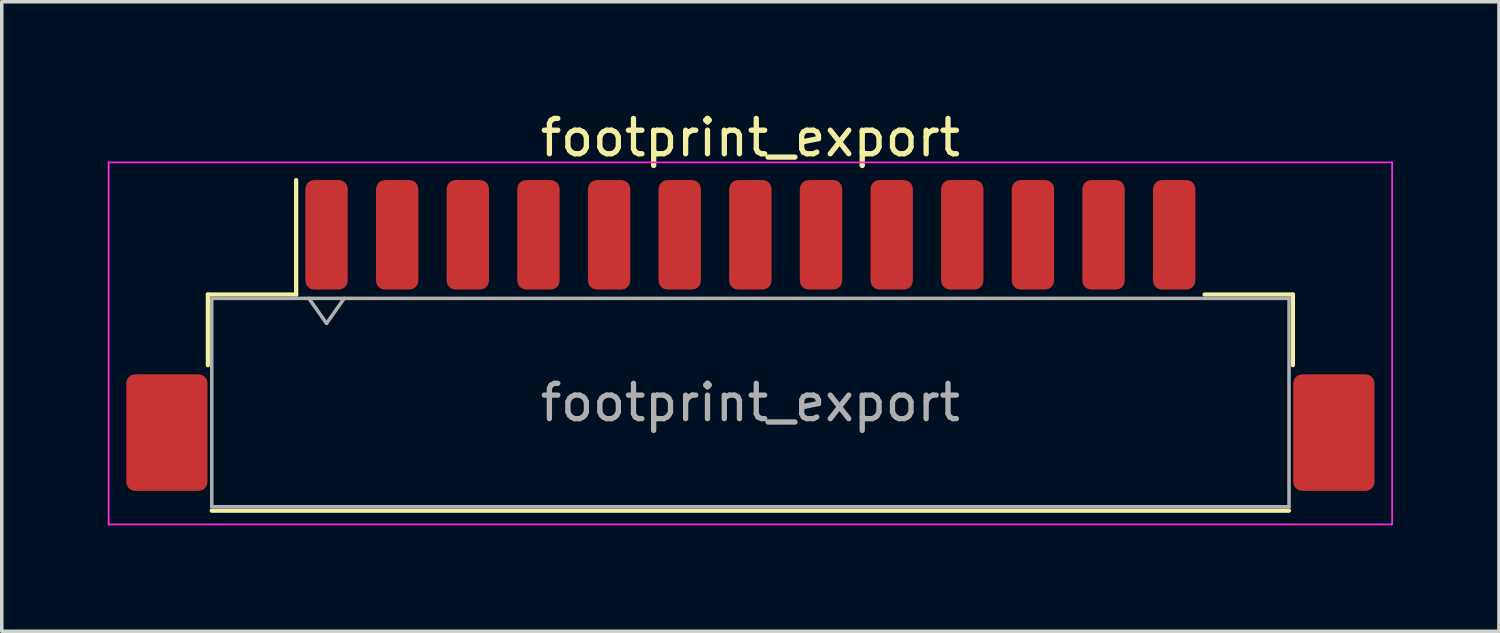
<source format=kicad_pcb>
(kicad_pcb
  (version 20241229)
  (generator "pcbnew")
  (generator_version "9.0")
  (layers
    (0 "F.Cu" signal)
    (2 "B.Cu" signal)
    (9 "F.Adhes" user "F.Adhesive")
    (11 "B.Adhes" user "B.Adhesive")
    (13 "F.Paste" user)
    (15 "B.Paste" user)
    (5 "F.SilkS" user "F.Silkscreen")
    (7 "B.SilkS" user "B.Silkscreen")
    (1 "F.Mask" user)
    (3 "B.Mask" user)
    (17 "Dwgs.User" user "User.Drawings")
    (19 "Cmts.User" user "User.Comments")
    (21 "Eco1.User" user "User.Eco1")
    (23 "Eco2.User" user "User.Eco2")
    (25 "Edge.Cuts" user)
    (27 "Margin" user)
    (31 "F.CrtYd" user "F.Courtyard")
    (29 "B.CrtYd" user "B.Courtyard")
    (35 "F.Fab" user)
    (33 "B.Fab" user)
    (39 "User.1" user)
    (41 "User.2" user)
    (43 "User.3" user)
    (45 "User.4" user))
  (footprint "footprint_export"
    (layer "F.Cu")
    (at 18.195 6.448)
    (property "Reference" "footprint_export" (at 0 -5.6 0) (layer "F.SilkS") (effects (font (size 1 1) (thickness 0.15))))
    (attr smd)
    (fp_line (start -15.36 -1.16) (end -12.86 -1.16) (stroke (width 0.12) (type solid)) (layer "F.SilkS"))
    (fp_line (start -15.36 0.84) (end -15.36 -1.16) (stroke (width 0.12) (type solid)) (layer "F.SilkS"))
    (fp_line (start -15.25 4.96) (end 15.25 4.96) (stroke (width 0.12) (type solid)) (layer "F.SilkS"))
    (fp_line (start -12.86 -1.16) (end -12.86 -4.4) (stroke (width 0.12) (type solid)) (layer "F.SilkS"))
    (fp_line (start 15.36 -1.16) (end 12.86 -1.16) (stroke (width 0.12) (type solid)) (layer "F.SilkS"))
    (fp_line (start 15.36 0.84) (end 15.36 -1.16) (stroke (width 0.12) (type solid)) (layer "F.SilkS"))
    (fp_line (start -18.17 -4.9) (end -18.17 5.35) (stroke (width 0.05) (type solid)) (layer "F.CrtYd"))
    (fp_line (start -18.17 5.35) (end 18.17 5.35) (stroke (width 0.05) (type solid)) (layer "F.CrtYd"))
    (fp_line (start 18.17 -4.9) (end -18.17 -4.9) (stroke (width 0.05) (type solid)) (layer "F.CrtYd"))
    (fp_line (start 18.17 5.35) (end 18.17 -4.9) (stroke (width 0.05) (type solid)) (layer "F.CrtYd"))
    (fp_line (start -15.25 -1.05) (end -15.25 4.85) (stroke (width 0.1) (type solid)) (layer "F.Fab"))
    (fp_line (start -15.25 -1.05) (end 15.25 -1.05) (stroke (width 0.1) (type solid)) (layer "F.Fab"))
    (fp_line (start -15.25 4.85) (end 15.25 4.85) (stroke (width 0.1) (type solid)) (layer "F.Fab"))
    (fp_line (start -12.5 -1.05) (end -12 -0.343) (stroke (width 0.1) (type solid)) (layer "F.Fab"))
    (fp_line (start -12 -0.343) (end -11.5 -1.05) (stroke (width 0.1) (type solid)) (layer "F.Fab"))
    (fp_line (start 15.25 -1.05) (end 15.25 4.85) (stroke (width 0.1) (type solid)) (layer "F.Fab"))
    (fp_text user "${REFERENCE}" (at 0 1.9 0) (layer "F.Fab") (effects (font (size 1 1) (thickness 0.15))))
    (pad "1" smd roundrect (at -12 -2.85) (size 1.2 3.1) (layers "F.Cu" "F.Mask" "F.Paste") (roundrect_rratio 0.208))
    (pad "2" smd roundrect (at -10 -2.85) (size 1.2 3.1) (layers "F.Cu" "F.Mask" "F.Paste") (roundrect_rratio 0.208))
    (pad "3" smd roundrect (at -8 -2.85) (size 1.2 3.1) (layers "F.Cu" "F.Mask" "F.Paste") (roundrect_rratio 0.208))
    (pad "4" smd roundrect (at -6 -2.85) (size 1.2 3.1) (layers "F.Cu" "F.Mask" "F.Paste") (roundrect_rratio 0.208))
    (pad "5" smd roundrect (at -4 -2.85) (size 1.2 3.1) (layers "F.Cu" "F.Mask" "F.Paste") (roundrect_rratio 0.208))
    (pad "6" smd roundrect (at -2 -2.85) (size 1.2 3.1) (layers "F.Cu" "F.Mask" "F.Paste") (roundrect_rratio 0.208))
    (pad "7" smd roundrect (at 0 -2.85) (size 1.2 3.1) (layers "F.Cu" "F.Mask" "F.Paste") (roundrect_rratio 0.208))
    (pad "8" smd roundrect (at 2 -2.85) (size 1.2 3.1) (layers "F.Cu" "F.Mask" "F.Paste") (roundrect_rratio 0.208))
    (pad "9" smd roundrect (at 4 -2.85) (size 1.2 3.1) (layers "F.Cu" "F.Mask" "F.Paste") (roundrect_rratio 0.208))
    (pad "10" smd roundrect (at 6 -2.85) (size 1.2 3.1) (layers "F.Cu" "F.Mask" "F.Paste") (roundrect_rratio 0.208))
    (pad "11" smd roundrect (at 8 -2.85) (size 1.2 3.1) (layers "F.Cu" "F.Mask" "F.Paste") (roundrect_rratio 0.208))
    (pad "12" smd roundrect (at 10 -2.85) (size 1.2 3.1) (layers "F.Cu" "F.Mask" "F.Paste") (roundrect_rratio 0.208))
    (pad "13" smd roundrect (at 12 -2.85) (size 1.2 3.1) (layers "F.Cu" "F.Mask" "F.Paste") (roundrect_rratio 0.208))
    (pad "MP" smd roundrect (at -16.52 2.75) (size 2.3 3.3) (layers "F.Cu" "F.Mask" "F.Paste") (roundrect_rratio 0.109))
    (pad "MP" smd roundrect (at 16.52 2.75) (size 2.3 3.3) (layers "F.Cu" "F.Mask" "F.Paste") (roundrect_rratio 0.109)))
  (gr_rect
    (start -3 -3)
    (end 39.39 14.823)
    (stroke (width 0.1) (type default))
    (fill no)
    (layer "Edge.Cuts")))
</source>
